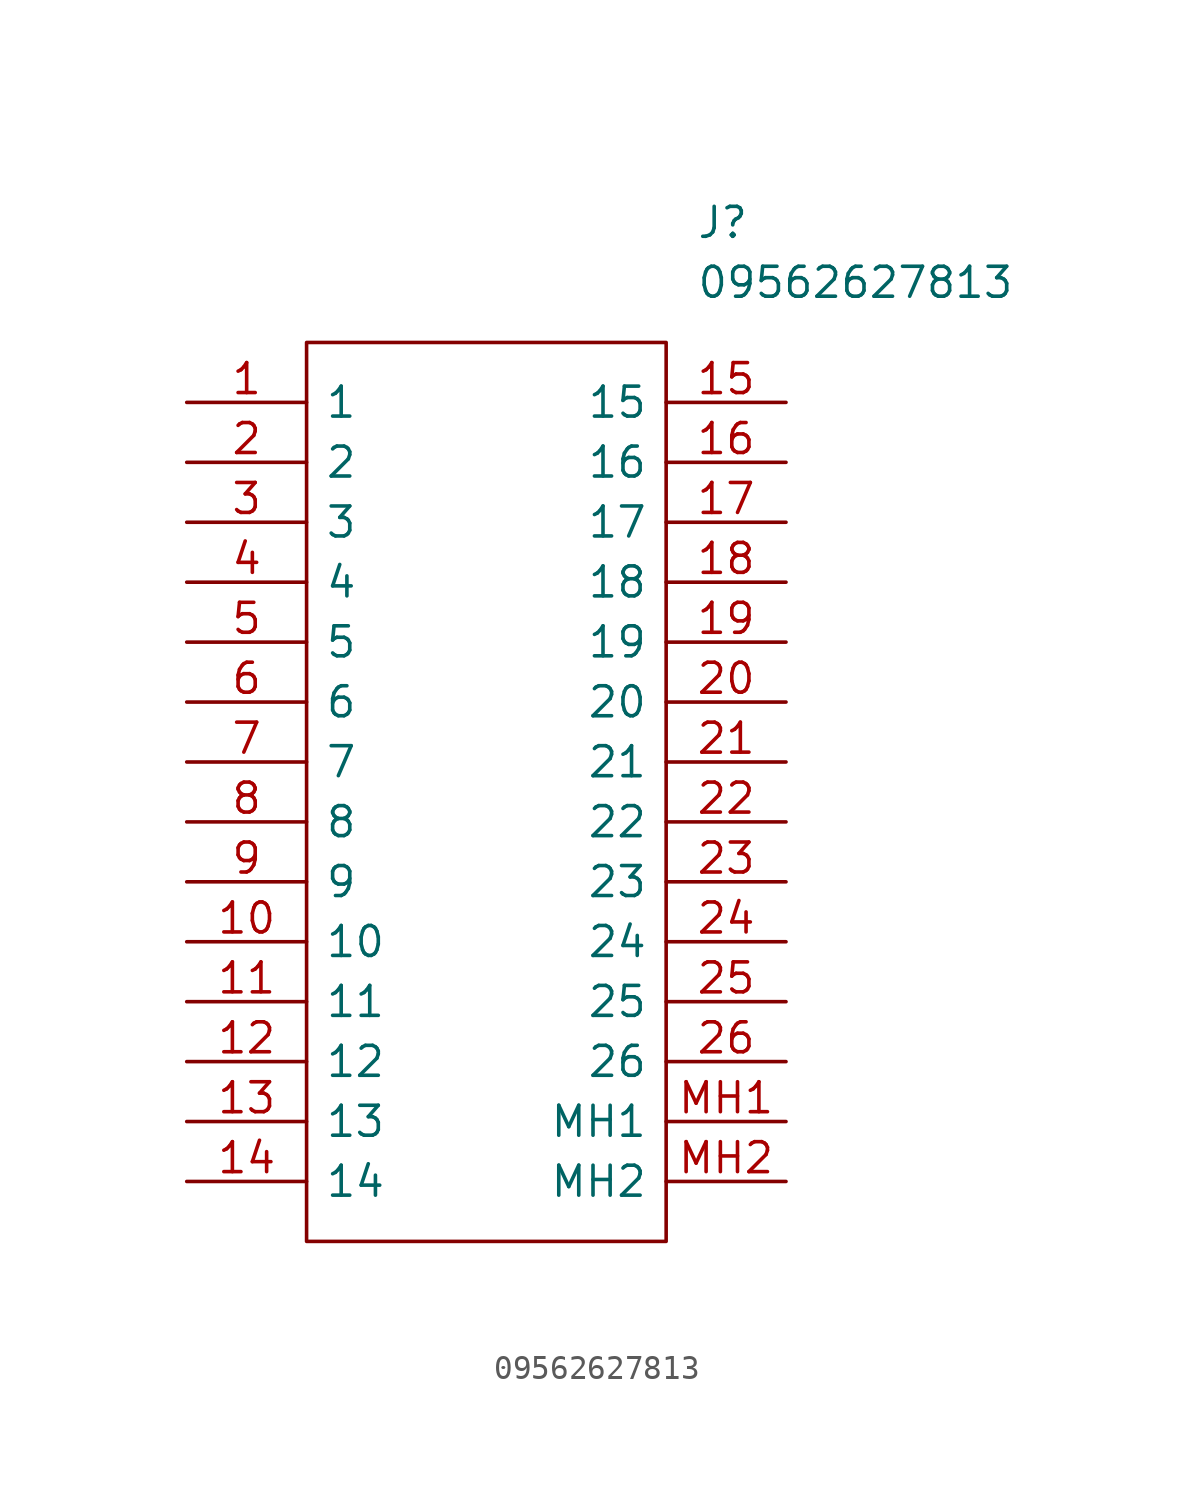
<source format=kicad_sym>
(kicad_symbol_lib
  (version 20211014)
  (generator kicad_symbol_editor)
  (symbol "09562627813"
    (pin_names
      (offset 0.762))
    (property "Reference" "J"
      (at 21.59 7.62 0)
      (effects (font (size 1.27 1.27)) (justify left)))
    (property "Value" "09562627813"
      (at 21.59 5.08 0)
      (effects (font (size 1.27 1.27)) (justify left)))
    (symbol "09562627813_0_0"
      (pin passive line (at 0 0 0) (length 5.08) (name "1" (effects (font (size 1.27 1.27)))) (number "1" (effects (font (size 1.27 1.27)))))
      (pin passive line (at 0 -22.86 0) (length 5.08) (name "10" (effects (font (size 1.27 1.27)))) (number "10" (effects (font (size 1.27 1.27)))))
      (pin passive line (at 0 -25.4 0) (length 5.08) (name "11" (effects (font (size 1.27 1.27)))) (number "11" (effects (font (size 1.27 1.27)))))
      (pin passive line (at 0 -27.94 0) (length 5.08) (name "12" (effects (font (size 1.27 1.27)))) (number "12" (effects (font (size 1.27 1.27)))))
      (pin passive line (at 0 -30.48 0) (length 5.08) (name "13" (effects (font (size 1.27 1.27)))) (number "13" (effects (font (size 1.27 1.27)))))
      (pin passive line (at 0 -33.02 0) (length 5.08) (name "14" (effects (font (size 1.27 1.27)))) (number "14" (effects (font (size 1.27 1.27)))))
      (pin passive line (at 25.4 0 180) (length 5.08) (name "15" (effects (font (size 1.27 1.27)))) (number "15" (effects (font (size 1.27 1.27)))))
      (pin passive line (at 25.4 -2.54 180) (length 5.08) (name "16" (effects (font (size 1.27 1.27)))) (number "16" (effects (font (size 1.27 1.27)))))
      (pin passive line (at 25.4 -5.08 180) (length 5.08) (name "17" (effects (font (size 1.27 1.27)))) (number "17" (effects (font (size 1.27 1.27)))))
      (pin passive line (at 25.4 -7.62 180) (length 5.08) (name "18" (effects (font (size 1.27 1.27)))) (number "18" (effects (font (size 1.27 1.27)))))
      (pin passive line (at 25.4 -10.16 180) (length 5.08) (name "19" (effects (font (size 1.27 1.27)))) (number "19" (effects (font (size 1.27 1.27)))))
      (pin passive line (at 0 -2.54 0) (length 5.08) (name "2" (effects (font (size 1.27 1.27)))) (number "2" (effects (font (size 1.27 1.27)))))
      (pin passive line (at 25.4 -12.7 180) (length 5.08) (name "20" (effects (font (size 1.27 1.27)))) (number "20" (effects (font (size 1.27 1.27)))))
      (pin passive line (at 25.4 -15.24 180) (length 5.08) (name "21" (effects (font (size 1.27 1.27)))) (number "21" (effects (font (size 1.27 1.27)))))
      (pin passive line (at 25.4 -17.78 180) (length 5.08) (name "22" (effects (font (size 1.27 1.27)))) (number "22" (effects (font (size 1.27 1.27)))))
      (pin passive line (at 25.4 -20.32 180) (length 5.08) (name "23" (effects (font (size 1.27 1.27)))) (number "23" (effects (font (size 1.27 1.27)))))
      (pin passive line (at 25.4 -22.86 180) (length 5.08) (name "24" (effects (font (size 1.27 1.27)))) (number "24" (effects (font (size 1.27 1.27)))))
      (pin passive line (at 25.4 -25.4 180) (length 5.08) (name "25" (effects (font (size 1.27 1.27)))) (number "25" (effects (font (size 1.27 1.27)))))
      (pin passive line (at 25.4 -27.94 180) (length 5.08) (name "26" (effects (font (size 1.27 1.27)))) (number "26" (effects (font (size 1.27 1.27)))))
      (pin passive line (at 0 -5.08 0) (length 5.08) (name "3" (effects (font (size 1.27 1.27)))) (number "3" (effects (font (size 1.27 1.27)))))
      (pin passive line (at 0 -7.62 0) (length 5.08) (name "4" (effects (font (size 1.27 1.27)))) (number "4" (effects (font (size 1.27 1.27)))))
      (pin passive line (at 0 -10.16 0) (length 5.08) (name "5" (effects (font (size 1.27 1.27)))) (number "5" (effects (font (size 1.27 1.27)))))
      (pin passive line (at 0 -12.7 0) (length 5.08) (name "6" (effects (font (size 1.27 1.27)))) (number "6" (effects (font (size 1.27 1.27)))))
      (pin passive line (at 0 -15.24 0) (length 5.08) (name "7" (effects (font (size 1.27 1.27)))) (number "7" (effects (font (size 1.27 1.27)))))
      (pin passive line (at 0 -17.78 0) (length 5.08) (name "8" (effects (font (size 1.27 1.27)))) (number "8" (effects (font (size 1.27 1.27)))))
      (pin passive line (at 0 -20.32 0) (length 5.08) (name "9" (effects (font (size 1.27 1.27)))) (number "9" (effects (font (size 1.27 1.27)))))
      (pin passive line (at 25.4 -30.48 180) (length 5.08) (name "MH1" (effects (font (size 1.27 1.27)))) (number "MH1" (effects (font (size 1.27 1.27)))))
      (pin passive line (at 25.4 -33.02 180) (length 5.08) (name "MH2" (effects (font (size 1.27 1.27)))) (number "MH2" (effects (font (size 1.27 1.27))))))
    (symbol "09562627813_0_1"
      (polyline (pts (xy 5.08 2.54) (xy 20.32 2.54) (xy 20.32 -35.56) (xy 5.08 -35.56) (xy 5.08 2.54)) (stroke (width 0.152) (type default) (color 0 0 0 0)) (fill (type none))))))
</source>
